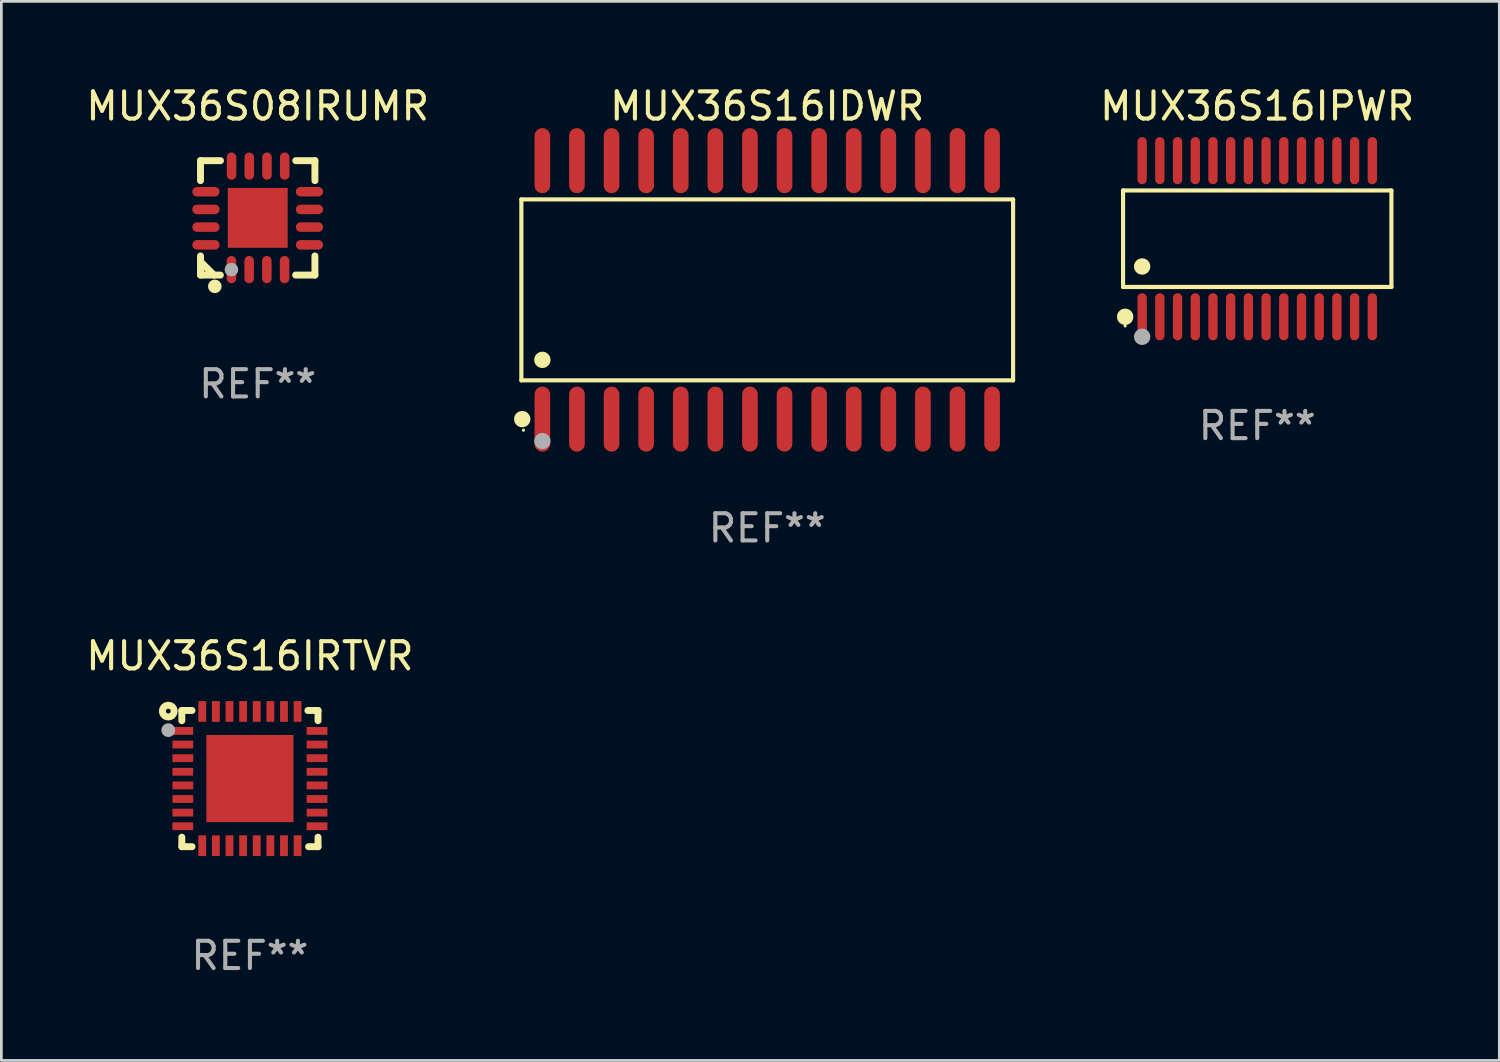
<source format=kicad_pcb>
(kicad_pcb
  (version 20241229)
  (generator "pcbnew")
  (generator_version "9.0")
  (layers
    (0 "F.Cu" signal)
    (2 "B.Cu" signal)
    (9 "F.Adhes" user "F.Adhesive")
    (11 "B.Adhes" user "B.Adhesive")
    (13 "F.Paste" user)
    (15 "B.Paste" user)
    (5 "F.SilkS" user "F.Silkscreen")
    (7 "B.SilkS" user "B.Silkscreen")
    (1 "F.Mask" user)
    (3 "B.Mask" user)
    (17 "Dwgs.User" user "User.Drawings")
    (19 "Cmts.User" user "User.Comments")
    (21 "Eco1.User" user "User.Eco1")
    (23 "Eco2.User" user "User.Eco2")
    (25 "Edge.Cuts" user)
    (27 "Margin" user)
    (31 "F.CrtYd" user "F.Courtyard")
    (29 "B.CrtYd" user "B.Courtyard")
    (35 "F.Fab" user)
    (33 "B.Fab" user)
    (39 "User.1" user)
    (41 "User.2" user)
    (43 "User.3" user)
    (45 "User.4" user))
  (footprint "MUX36S16IRTVR"
    (layer "F.Cu")
    (at 6.125 25.533)
    (property "Reference" "MUX36S16IRTVR" (at 0 -4.5 0) (layer "F.SilkS") (effects (font (size 1 1) (thickness 0.15))))
    (attr through_hole)
    (fp_line (start -2.5 -2.5) (end -2.5 -2.126) (stroke (width 0.254) (type solid)) (layer "F.SilkS"))
    (fp_line (start -2.5 -2.5) (end -2.126 -2.5) (stroke (width 0.254) (type solid)) (layer "F.SilkS"))
    (fp_line (start -2.5 2.151) (end -2.5 2.5) (stroke (width 0.254) (type solid)) (layer "F.SilkS"))
    (fp_line (start -2.126 2.5) (end -2.5 2.5) (stroke (width 0.254) (type solid)) (layer "F.SilkS"))
    (fp_line (start 2.129 -2.5) (end 2.5 -2.5) (stroke (width 0.254) (type solid)) (layer "F.SilkS"))
    (fp_line (start 2.5 -2.5) (end 2.5 -2.126) (stroke (width 0.254) (type solid)) (layer "F.SilkS"))
    (fp_line (start 2.5 2.151) (end 2.5 2.5) (stroke (width 0.254) (type solid)) (layer "F.SilkS"))
    (fp_line (start 2.5 2.5) (end 2.154 2.5) (stroke (width 0.254) (type solid)) (layer "F.SilkS"))
    (fp_circle (center -2.997 -2.477) (end -2.908 -2.477) (stroke (width 0.254) (type solid)) (fill no) (layer "F.SilkS"))
    (fp_circle (center -2.45 -2.45) (end -2.4 -2.45) (stroke (width 0.1) (type solid)) (fill no) (layer "F.SilkS"))
    (fp_circle (center -2.997 -1.778) (end -2.87 -1.778) (stroke (width 0.254) (type solid)) (fill no) (layer "F.Fab"))
    (fp_text user "REF**" (at 0 6.5 0) (layer "F.Fab") (effects (font (size 1 1) (thickness 0.15))))
    (pad "1" smd rect (at -2.464 -1.75) (size 0.762 0.287) (layers "F.Cu" "F.Mask" "F.Paste"))
    (pad "2" smd rect (at -2.464 -1.25) (size 0.762 0.287) (layers "F.Cu" "F.Mask" "F.Paste"))
    (pad "3" smd rect (at -2.464 -0.75) (size 0.762 0.287) (layers "F.Cu" "F.Mask" "F.Paste"))
    (pad "4" smd rect (at -2.464 -0.25) (size 0.762 0.287) (layers "F.Cu" "F.Mask" "F.Paste"))
    (pad "5" smd rect (at -2.464 0.25) (size 0.762 0.287) (layers "F.Cu" "F.Mask" "F.Paste"))
    (pad "6" smd rect (at -2.464 0.75) (size 0.762 0.287) (layers "F.Cu" "F.Mask" "F.Paste"))
    (pad "7" smd rect (at -2.464 1.25) (size 0.762 0.287) (layers "F.Cu" "F.Mask" "F.Paste"))
    (pad "8" smd rect (at -2.464 1.75) (size 0.762 0.287) (layers "F.Cu" "F.Mask" "F.Paste"))
    (pad "9" smd rect (at -1.75 2.464) (size 0.287 0.762) (layers "F.Cu" "F.Mask" "F.Paste"))
    (pad "10" smd rect (at -1.25 2.464) (size 0.287 0.762) (layers "F.Cu" "F.Mask" "F.Paste"))
    (pad "11" smd rect (at -0.75 2.464) (size 0.287 0.762) (layers "F.Cu" "F.Mask" "F.Paste"))
    (pad "12" smd rect (at -0.25 2.464) (size 0.287 0.762) (layers "F.Cu" "F.Mask" "F.Paste"))
    (pad "13" smd rect (at 0.25 2.464) (size 0.287 0.762) (layers "F.Cu" "F.Mask" "F.Paste"))
    (pad "14" smd rect (at 0.75 2.464) (size 0.287 0.762) (layers "F.Cu" "F.Mask" "F.Paste"))
    (pad "15" smd rect (at 1.25 2.464) (size 0.287 0.762) (layers "F.Cu" "F.Mask" "F.Paste"))
    (pad "16" smd rect (at 1.75 2.464) (size 0.287 0.762) (layers "F.Cu" "F.Mask" "F.Paste"))
    (pad "17" smd rect (at 2.464 1.75) (size 0.762 0.287) (layers "F.Cu" "F.Mask" "F.Paste"))
    (pad "18" smd rect (at 2.464 1.25) (size 0.762 0.287) (layers "F.Cu" "F.Mask" "F.Paste"))
    (pad "19" smd rect (at 2.464 0.75) (size 0.762 0.287) (layers "F.Cu" "F.Mask" "F.Paste"))
    (pad "20" smd rect (at 2.464 0.25) (size 0.762 0.287) (layers "F.Cu" "F.Mask" "F.Paste"))
    (pad "21" smd rect (at 2.464 -0.25) (size 0.762 0.287) (layers "F.Cu" "F.Mask" "F.Paste"))
    (pad "22" smd rect (at 2.464 -0.75) (size 0.762 0.287) (layers "F.Cu" "F.Mask" "F.Paste"))
    (pad "23" smd rect (at 2.464 -1.25) (size 0.762 0.287) (layers "F.Cu" "F.Mask" "F.Paste"))
    (pad "24" smd rect (at 2.464 -1.75) (size 0.762 0.287) (layers "F.Cu" "F.Mask" "F.Paste"))
    (pad "25" smd rect (at 1.75 -2.464) (size 0.287 0.762) (layers "F.Cu" "F.Mask" "F.Paste"))
    (pad "26" smd rect (at 1.25 -2.464) (size 0.287 0.762) (layers "F.Cu" "F.Mask" "F.Paste"))
    (pad "27" smd rect (at 0.75 -2.464) (size 0.287 0.762) (layers "F.Cu" "F.Mask" "F.Paste"))
    (pad "28" smd rect (at 0.25 -2.464) (size 0.287 0.762) (layers "F.Cu" "F.Mask" "F.Paste"))
    (pad "29" smd rect (at -0.25 -2.464) (size 0.287 0.762) (layers "F.Cu" "F.Mask" "F.Paste"))
    (pad "30" smd rect (at -0.75 -2.464) (size 0.287 0.762) (layers "F.Cu" "F.Mask" "F.Paste"))
    (pad "31" smd rect (at -1.25 -2.464) (size 0.287 0.762) (layers "F.Cu" "F.Mask" "F.Paste"))
    (pad "32" smd rect (at -1.75 -2.464) (size 0.287 0.762) (layers "F.Cu" "F.Mask" "F.Paste"))
    (pad "33" smd rect (at 0 0) (size 3.2 3.2) (layers "F.Cu" "F.Mask" "F.Paste")))
  (footprint "MUX36S16IDWR"
    (layer "F.Cu")
    (at 25.116 7.592)
    (property "Reference" "MUX36S16IDWR" (at 0 -6.744 0) (layer "F.SilkS") (effects (font (size 1 1) (thickness 0.15))))
    (attr through_hole)
    (fp_line (start -9.026 -3.321) (end 9.026 -3.321) (stroke (width 0.152) (type solid)) (layer "F.SilkS"))
    (fp_line (start -9.026 3.321) (end -9.026 -3.321) (stroke (width 0.152) (type solid)) (layer "F.SilkS"))
    (fp_line (start 9.026 -3.321) (end 9.026 3.321) (stroke (width 0.152) (type solid)) (layer "F.SilkS"))
    (fp_line (start 9.026 3.321) (end -9.026 3.321) (stroke (width 0.152) (type solid)) (layer "F.SilkS"))
    (fp_circle (center -8.994 4.744) (end -8.844 4.744) (stroke (width 0.3) (type solid)) (fill no) (layer "F.SilkS"))
    (fp_circle (center -8.95 5.15) (end -8.92 5.15) (stroke (width 0.06) (type solid)) (fill no) (layer "F.SilkS"))
    (fp_circle (center -8.255 2.569) (end -8.105 2.569) (stroke (width 0.3) (type solid)) (fill no) (layer "F.SilkS"))
    (fp_circle (center -8.255 5.55) (end -8.105 5.55) (stroke (width 0.3) (type solid)) (fill no) (layer "F.Fab"))
    (fp_text user "REF**" (at 0 8.744 0) (layer "F.Fab") (effects (font (size 1 1) (thickness 0.15))))
    (pad "1" smd oval (at -8.255 4.744) (size 0.574 2.388) (layers "F.Cu" "F.Mask" "F.Paste"))
    (pad "2" smd oval (at -6.985 4.744) (size 0.574 2.388) (layers "F.Cu" "F.Mask" "F.Paste"))
    (pad "3" smd oval (at -5.715 4.744) (size 0.574 2.388) (layers "F.Cu" "F.Mask" "F.Paste"))
    (pad "4" smd oval (at -4.445 4.744) (size 0.574 2.388) (layers "F.Cu" "F.Mask" "F.Paste"))
    (pad "5" smd oval (at -3.175 4.744) (size 0.574 2.388) (layers "F.Cu" "F.Mask" "F.Paste"))
    (pad "6" smd oval (at -1.905 4.744) (size 0.574 2.388) (layers "F.Cu" "F.Mask" "F.Paste"))
    (pad "7" smd oval (at -0.635 4.744) (size 0.574 2.388) (layers "F.Cu" "F.Mask" "F.Paste"))
    (pad "8" smd oval (at 0.635 4.744) (size 0.574 2.388) (layers "F.Cu" "F.Mask" "F.Paste"))
    (pad "9" smd oval (at 1.905 4.744) (size 0.574 2.388) (layers "F.Cu" "F.Mask" "F.Paste"))
    (pad "10" smd oval (at 3.175 4.744) (size 0.574 2.388) (layers "F.Cu" "F.Mask" "F.Paste"))
    (pad "11" smd oval (at 4.445 4.744) (size 0.574 2.388) (layers "F.Cu" "F.Mask" "F.Paste"))
    (pad "12" smd oval (at 5.715 4.744) (size 0.574 2.388) (layers "F.Cu" "F.Mask" "F.Paste"))
    (pad "13" smd oval (at 6.985 4.744) (size 0.574 2.388) (layers "F.Cu" "F.Mask" "F.Paste"))
    (pad "14" smd oval (at 8.255 4.744) (size 0.574 2.388) (layers "F.Cu" "F.Mask" "F.Paste"))
    (pad "15" smd oval (at 8.255 -4.744) (size 0.574 2.388) (layers "F.Cu" "F.Mask" "F.Paste"))
    (pad "16" smd oval (at 6.985 -4.744) (size 0.574 2.388) (layers "F.Cu" "F.Mask" "F.Paste"))
    (pad "17" smd oval (at 5.715 -4.744) (size 0.574 2.388) (layers "F.Cu" "F.Mask" "F.Paste"))
    (pad "18" smd oval (at 4.445 -4.744) (size 0.574 2.388) (layers "F.Cu" "F.Mask" "F.Paste"))
    (pad "19" smd oval (at 3.175 -4.744) (size 0.574 2.388) (layers "F.Cu" "F.Mask" "F.Paste"))
    (pad "20" smd oval (at 1.905 -4.744) (size 0.574 2.388) (layers "F.Cu" "F.Mask" "F.Paste"))
    (pad "21" smd oval (at 0.635 -4.744) (size 0.574 2.388) (layers "F.Cu" "F.Mask" "F.Paste"))
    (pad "22" smd oval (at -0.635 -4.744) (size 0.574 2.388) (layers "F.Cu" "F.Mask" "F.Paste"))
    (pad "23" smd oval (at -1.905 -4.744) (size 0.574 2.388) (layers "F.Cu" "F.Mask" "F.Paste"))
    (pad "24" smd oval (at -3.175 -4.744) (size 0.574 2.388) (layers "F.Cu" "F.Mask" "F.Paste"))
    (pad "25" smd oval (at -4.445 -4.744) (size 0.574 2.388) (layers "F.Cu" "F.Mask" "F.Paste"))
    (pad "26" smd oval (at -5.715 -4.744) (size 0.574 2.388) (layers "F.Cu" "F.Mask" "F.Paste"))
    (pad "27" smd oval (at -6.985 -4.744) (size 0.574 2.388) (layers "F.Cu" "F.Mask" "F.Paste"))
    (pad "28" smd oval (at -8.255 -4.744) (size 0.574 2.388) (layers "F.Cu" "F.Mask" "F.Paste")))
  (footprint "MUX36S08IRUMR"
    (layer "F.Cu")
    (at 6.411 4.948)
    (property "Reference" "MUX36S08IRUMR" (at 0 -4.1 0) (layer "F.SilkS") (effects (font (size 1 1) (thickness 0.15))))
    (attr through_hole)
    (fp_line (start -2.1 -2.1) (end -1.366 -2.1) (stroke (width 0.254) (type solid)) (layer "F.SilkS"))
    (fp_line (start -2.1 -1.366) (end -2.1 -2.1) (stroke (width 0.254) (type solid)) (layer "F.SilkS"))
    (fp_line (start -2.1 1.572) (end -2.1 1.607) (stroke (width 0.254) (type solid)) (layer "F.SilkS"))
    (fp_line (start -2.1 1.607) (end -1.607 2.1) (stroke (width 0.254) (type solid)) (layer "F.SilkS"))
    (fp_line (start -2.1 2.1) (end -2.1 1.397) (stroke (width 0.254) (type solid)) (layer "F.SilkS"))
    (fp_line (start -2.1 2.1) (end -1.371 2.1) (stroke (width 0.254) (type solid)) (layer "F.SilkS"))
    (fp_line (start 1.392 2.1) (end 2.1 2.1) (stroke (width 0.254) (type solid)) (layer "F.SilkS"))
    (fp_line (start 1.397 -2.1) (end 2.1 -2.1) (stroke (width 0.254) (type solid)) (layer "F.SilkS"))
    (fp_line (start 2.1 -1.366) (end 2.1 -2.1) (stroke (width 0.254) (type solid)) (layer "F.SilkS"))
    (fp_line (start 2.1 2.1) (end 2.1 1.397) (stroke (width 0.254) (type solid)) (layer "F.SilkS"))
    (fp_circle (center -2 2) (end -1.97 2) (stroke (width 0.06) (type solid)) (fill no) (layer "F.SilkS"))
    (fp_circle (center -1.575 2.515) (end -1.45 2.515) (stroke (width 0.25) (type solid)) (fill no) (layer "F.SilkS"))
    (fp_circle (center -0.965 1.9) (end -0.84 1.9) (stroke (width 0.25) (type solid)) (fill no) (layer "F.Fab"))
    (fp_text user "REF**" (at 0 6.1 0) (layer "F.Fab") (effects (font (size 1 1) (thickness 0.15))))
    (pad "1" smd oval (at -0.965 1.9) (size 0.35 1) (layers "F.Cu" "F.Mask" "F.Paste"))
    (pad "2" smd oval (at -0.315 1.9) (size 0.35 1) (layers "F.Cu" "F.Mask" "F.Paste"))
    (pad "3" smd oval (at 0.335 1.9) (size 0.35 1) (layers "F.Cu" "F.Mask" "F.Paste"))
    (pad "4" smd oval (at 0.986 1.9) (size 0.35 1) (layers "F.Cu" "F.Mask" "F.Paste"))
    (pad "5" smd oval (at 1.9 0.991) (size 1 0.35) (layers "F.Cu" "F.Mask" "F.Paste"))
    (pad "6" smd oval (at 1.9 0.34) (size 1 0.35) (layers "F.Cu" "F.Mask" "F.Paste"))
    (pad "7" smd oval (at 1.9 -0.31) (size 1 0.35) (layers "F.Cu" "F.Mask" "F.Paste"))
    (pad "8" smd oval (at 1.9 -0.96) (size 1 0.35) (layers "F.Cu" "F.Mask" "F.Paste"))
    (pad "9" smd oval (at 0.991 -1.9) (size 0.35 1) (layers "F.Cu" "F.Mask" "F.Paste"))
    (pad "10" smd oval (at 0.34 -1.9) (size 0.35 1) (layers "F.Cu" "F.Mask" "F.Paste"))
    (pad "11" smd oval (at -0.31 -1.9) (size 0.35 1) (layers "F.Cu" "F.Mask" "F.Paste"))
    (pad "12" smd oval (at -0.96 -1.9) (size 0.35 1) (layers "F.Cu" "F.Mask" "F.Paste"))
    (pad "13" smd oval (at -1.9 -0.96) (size 1 0.35) (layers "F.Cu" "F.Mask" "F.Paste"))
    (pad "14" smd oval (at -1.9 -0.31) (size 1 0.35) (layers "F.Cu" "F.Mask" "F.Paste"))
    (pad "15" smd oval (at -1.9 0.34) (size 1 0.35) (layers "F.Cu" "F.Mask" "F.Paste"))
    (pad "16" smd oval (at -1.9 0.991) (size 1 0.35) (layers "F.Cu" "F.Mask" "F.Paste"))
    (pad "17" smd rect (at 0 0) (size 2.2 2.2) (layers "F.Cu" "F.Mask" "F.Paste")))
  (footprint "MUX36S16IPWR"
    (layer "F.Cu")
    (at 43.105 5.714)
    (property "Reference" "MUX36S16IPWR" (at 0 -4.866 0) (layer "F.SilkS") (effects (font (size 1 1) (thickness 0.15))))
    (attr through_hole)
    (fp_line (start -4.926 -1.772) (end 4.926 -1.772) (stroke (width 0.152) (type solid)) (layer "F.SilkS"))
    (fp_line (start -4.926 1.771) (end -4.926 -1.772) (stroke (width 0.152) (type solid)) (layer "F.SilkS"))
    (fp_line (start 4.926 -1.772) (end 4.926 1.771) (stroke (width 0.152) (type solid)) (layer "F.SilkS"))
    (fp_line (start 4.926 1.771) (end -4.926 1.771) (stroke (width 0.152) (type solid)) (layer "F.SilkS"))
    (fp_circle (center -4.85 3.2) (end -4.82 3.2) (stroke (width 0.06) (type solid)) (fill no) (layer "F.SilkS"))
    (fp_circle (center -4.849 2.866) (end -4.699 2.866) (stroke (width 0.3) (type solid)) (fill no) (layer "F.SilkS"))
    (fp_circle (center -4.225 1.019) (end -4.075 1.019) (stroke (width 0.3) (type solid)) (fill no) (layer "F.SilkS"))
    (fp_circle (center -4.225 3.6) (end -4.075 3.6) (stroke (width 0.3) (type solid)) (fill no) (layer "F.Fab"))
    (fp_text user "REF**" (at 0 6.866 0) (layer "F.Fab") (effects (font (size 1 1) (thickness 0.15))))
    (pad "1" smd oval (at -4.225 2.866) (size 0.343 1.731) (layers "F.Cu" "F.Mask" "F.Paste"))
    (pad "2" smd oval (at -3.575 2.866) (size 0.343 1.731) (layers "F.Cu" "F.Mask" "F.Paste"))
    (pad "3" smd oval (at -2.925 2.866) (size 0.343 1.731) (layers "F.Cu" "F.Mask" "F.Paste"))
    (pad "4" smd oval (at -2.275 2.866) (size 0.343 1.731) (layers "F.Cu" "F.Mask" "F.Paste"))
    (pad "5" smd oval (at -1.625 2.866) (size 0.343 1.731) (layers "F.Cu" "F.Mask" "F.Paste"))
    (pad "6" smd oval (at -0.975 2.866) (size 0.343 1.731) (layers "F.Cu" "F.Mask" "F.Paste"))
    (pad "7" smd oval (at -0.325 2.866) (size 0.343 1.731) (layers "F.Cu" "F.Mask" "F.Paste"))
    (pad "8" smd oval (at 0.325 2.866) (size 0.343 1.731) (layers "F.Cu" "F.Mask" "F.Paste"))
    (pad "9" smd oval (at 0.975 2.866) (size 0.343 1.731) (layers "F.Cu" "F.Mask" "F.Paste"))
    (pad "10" smd oval (at 1.625 2.866) (size 0.343 1.731) (layers "F.Cu" "F.Mask" "F.Paste"))
    (pad "11" smd oval (at 2.275 2.866) (size 0.343 1.731) (layers "F.Cu" "F.Mask" "F.Paste"))
    (pad "12" smd oval (at 2.925 2.866) (size 0.343 1.731) (layers "F.Cu" "F.Mask" "F.Paste"))
    (pad "13" smd oval (at 3.575 2.866) (size 0.343 1.731) (layers "F.Cu" "F.Mask" "F.Paste"))
    (pad "14" smd oval (at 4.225 2.866) (size 0.343 1.731) (layers "F.Cu" "F.Mask" "F.Paste"))
    (pad "15" smd oval (at 4.225 -2.866) (size 0.343 1.731) (layers "F.Cu" "F.Mask" "F.Paste"))
    (pad "16" smd oval (at 3.575 -2.866) (size 0.343 1.731) (layers "F.Cu" "F.Mask" "F.Paste"))
    (pad "17" smd oval (at 2.925 -2.866) (size 0.343 1.731) (layers "F.Cu" "F.Mask" "F.Paste"))
    (pad "18" smd oval (at 2.275 -2.866) (size 0.343 1.731) (layers "F.Cu" "F.Mask" "F.Paste"))
    (pad "19" smd oval (at 1.625 -2.866) (size 0.343 1.731) (layers "F.Cu" "F.Mask" "F.Paste"))
    (pad "20" smd oval (at 0.975 -2.866) (size 0.343 1.731) (layers "F.Cu" "F.Mask" "F.Paste"))
    (pad "21" smd oval (at 0.325 -2.866) (size 0.343 1.731) (layers "F.Cu" "F.Mask" "F.Paste"))
    (pad "22" smd oval (at -0.325 -2.866) (size 0.343 1.731) (layers "F.Cu" "F.Mask" "F.Paste"))
    (pad "23" smd oval (at -0.975 -2.866) (size 0.343 1.731) (layers "F.Cu" "F.Mask" "F.Paste"))
    (pad "24" smd oval (at -1.625 -2.866) (size 0.343 1.731) (layers "F.Cu" "F.Mask" "F.Paste"))
    (pad "25" smd oval (at -2.275 -2.866) (size 0.343 1.731) (layers "F.Cu" "F.Mask" "F.Paste"))
    (pad "26" smd oval (at -2.925 -2.866) (size 0.343 1.731) (layers "F.Cu" "F.Mask" "F.Paste"))
    (pad "27" smd oval (at -3.575 -2.866) (size 0.343 1.731) (layers "F.Cu" "F.Mask" "F.Paste"))
    (pad "28" smd oval (at -4.225 -2.866) (size 0.343 1.731) (layers "F.Cu" "F.Mask" "F.Paste")))
  (gr_rect
    (start -3 -3)
    (end 51.992 35.881)
    (stroke (width 0.1) (type default))
    (fill no)
    (layer "Edge.Cuts")))
</source>
